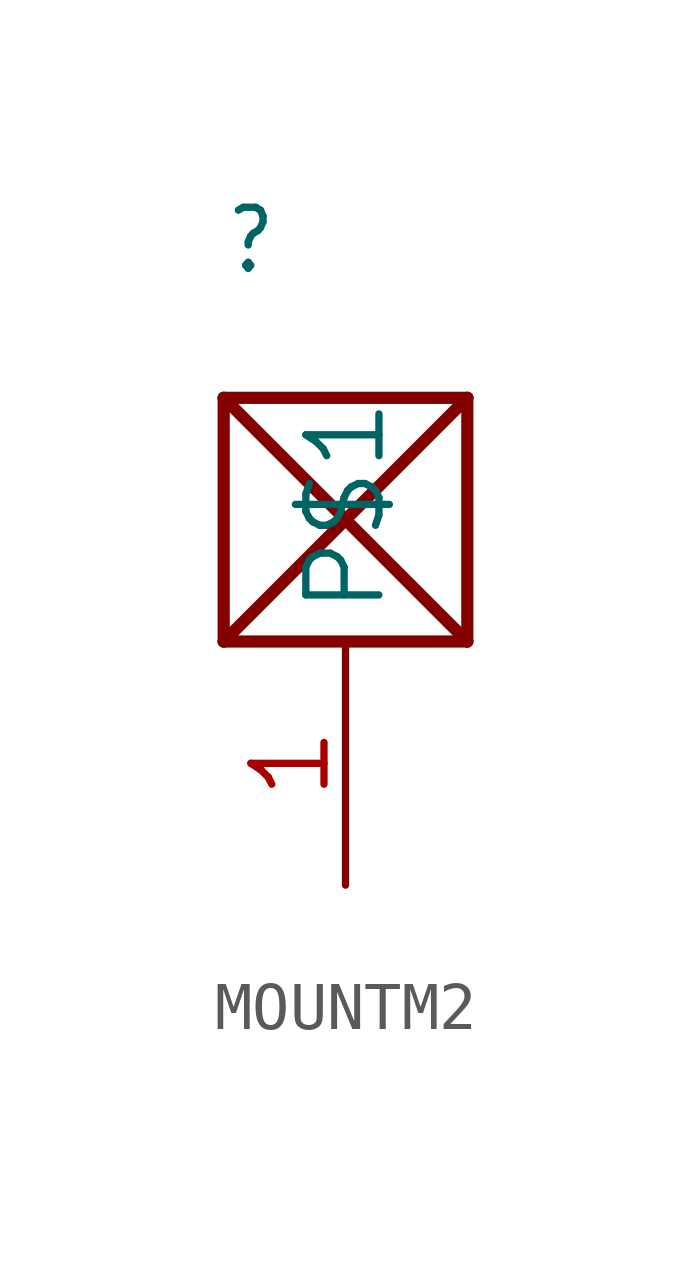
<source format=kicad_sym>
(kicad_symbol_lib
  (version 20241209)
  (generator "kicad_symbol_editor")
  (generator_version "9.0")
  (symbol "MOUNTM2"
    (property "Reference" ""
      (at -2.54 5.08 0)
      (effects (font (size 1.27 1.079)) (justify left bottom)))
    (property "ki_locked" ""
      (at 0 0 0)
      (effects (font (size 1.27 1.27))))
    (symbol "MOUNTM2_1_0"
      (polyline (pts (xy -2.54 2.54) (xy 2.54 2.54)) (stroke (width 0.254) (type solid)) (fill (type none)))
      (polyline (pts (xy -2.54 2.54) (xy 2.54 -2.54)) (stroke (width 0.254) (type solid)) (fill (type none)))
      (polyline (pts (xy -2.54 -2.54) (xy -2.54 2.54)) (stroke (width 0.254) (type solid)) (fill (type none)))
      (polyline (pts (xy 2.54 2.54) (xy -2.54 -2.54)) (stroke (width 0.254) (type solid)) (fill (type none)))
      (polyline (pts (xy 2.54 -2.54) (xy -2.54 -2.54)) (stroke (width 0.254) (type solid)) (fill (type none)))
      (polyline (pts (xy 2.54 -2.54) (xy 2.54 2.54)) (stroke (width 0.254) (type solid)) (fill (type none)))
      (pin bidirectional line (at 0 -7.62 90) (length 5.08) (name "P$1" (effects (font (size 1.524 1.524)))) (number "1" (effects (font (size 1.524 1.524))))))))
</source>
